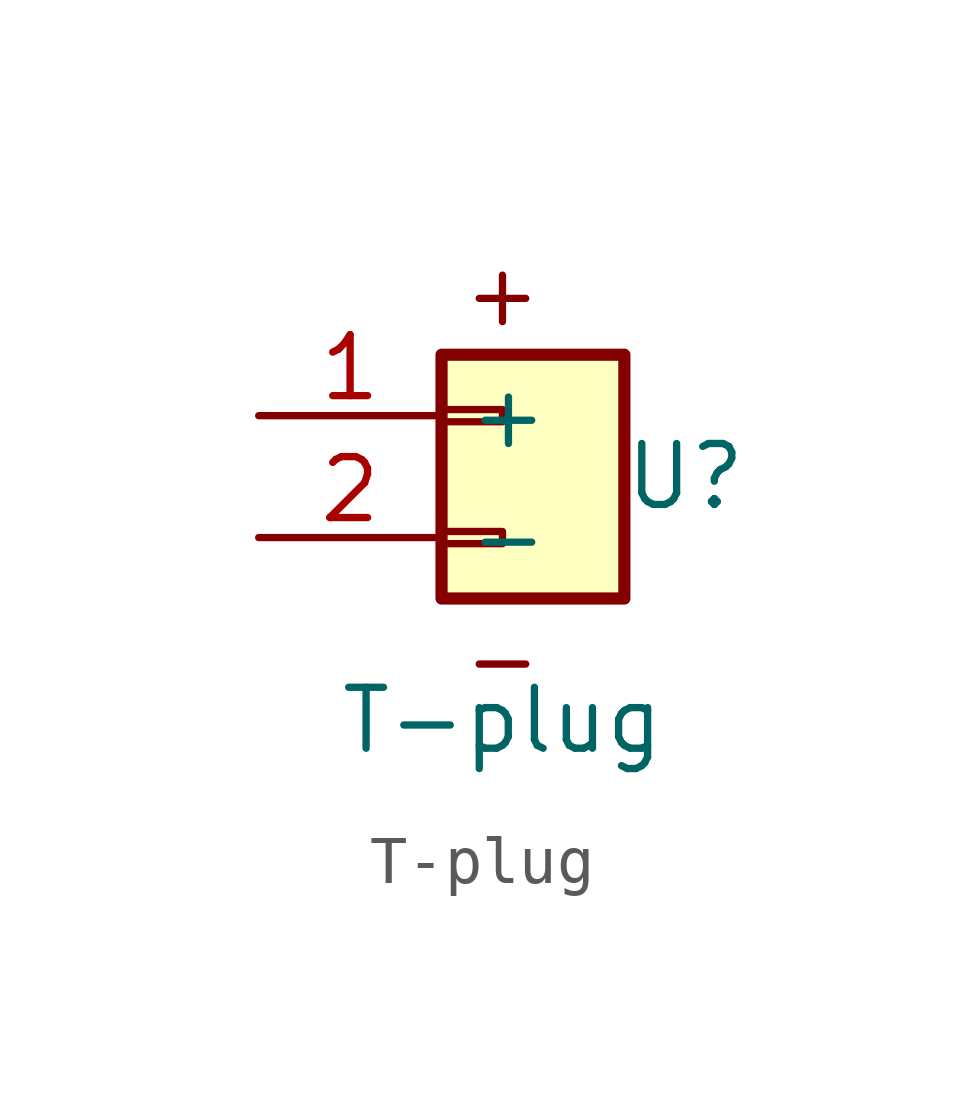
<source format=kicad_sym>
(kicad_symbol_lib
  (version 20211014)
  (generator kicad_symbol_editor)
  (symbol "T-plug"
    (property "Reference" "U"
      (at 3.81 0 0)
      (effects (font (size 1.27 1.27))))
    (property "Value" "T-plug"
      (at 0 -5.08 0)
      (effects (font (size 1.27 1.27))))
    (symbol "T-plug_0_0"
      (text "+" (at 0 3.81 0) (effects (font (size 1.27 1.27))))
      (text "-" (at 0 -3.81 0) (effects (font (size 1.27 1.27)))))
    (symbol "T-plug_1_1"
      (rectangle (start -1.27 -1.143) (end 0 -1.397) (stroke (width 0.152) (type default) (color 0 0 0 0)) (fill (type none)))
      (rectangle (start -1.27 1.397) (end 0 1.143) (stroke (width 0.152) (type default) (color 0 0 0 0)) (fill (type none)))
      (rectangle (start -1.27 2.54) (end 2.54 -2.54) (stroke (width 0.254) (type default) (color 0 0 0 0)) (fill (type background)))
      (pin passive line (at -5.08 1.27 0) (length 3.81) (name "+" (effects (font (size 1.27 1.27)))) (number "1" (effects (font (size 1.27 1.27)))))
      (pin passive line (at -5.08 -1.27 0) (length 3.81) (name "-" (effects (font (size 1.27 1.27)))) (number "2" (effects (font (size 1.27 1.27))))))))
</source>
